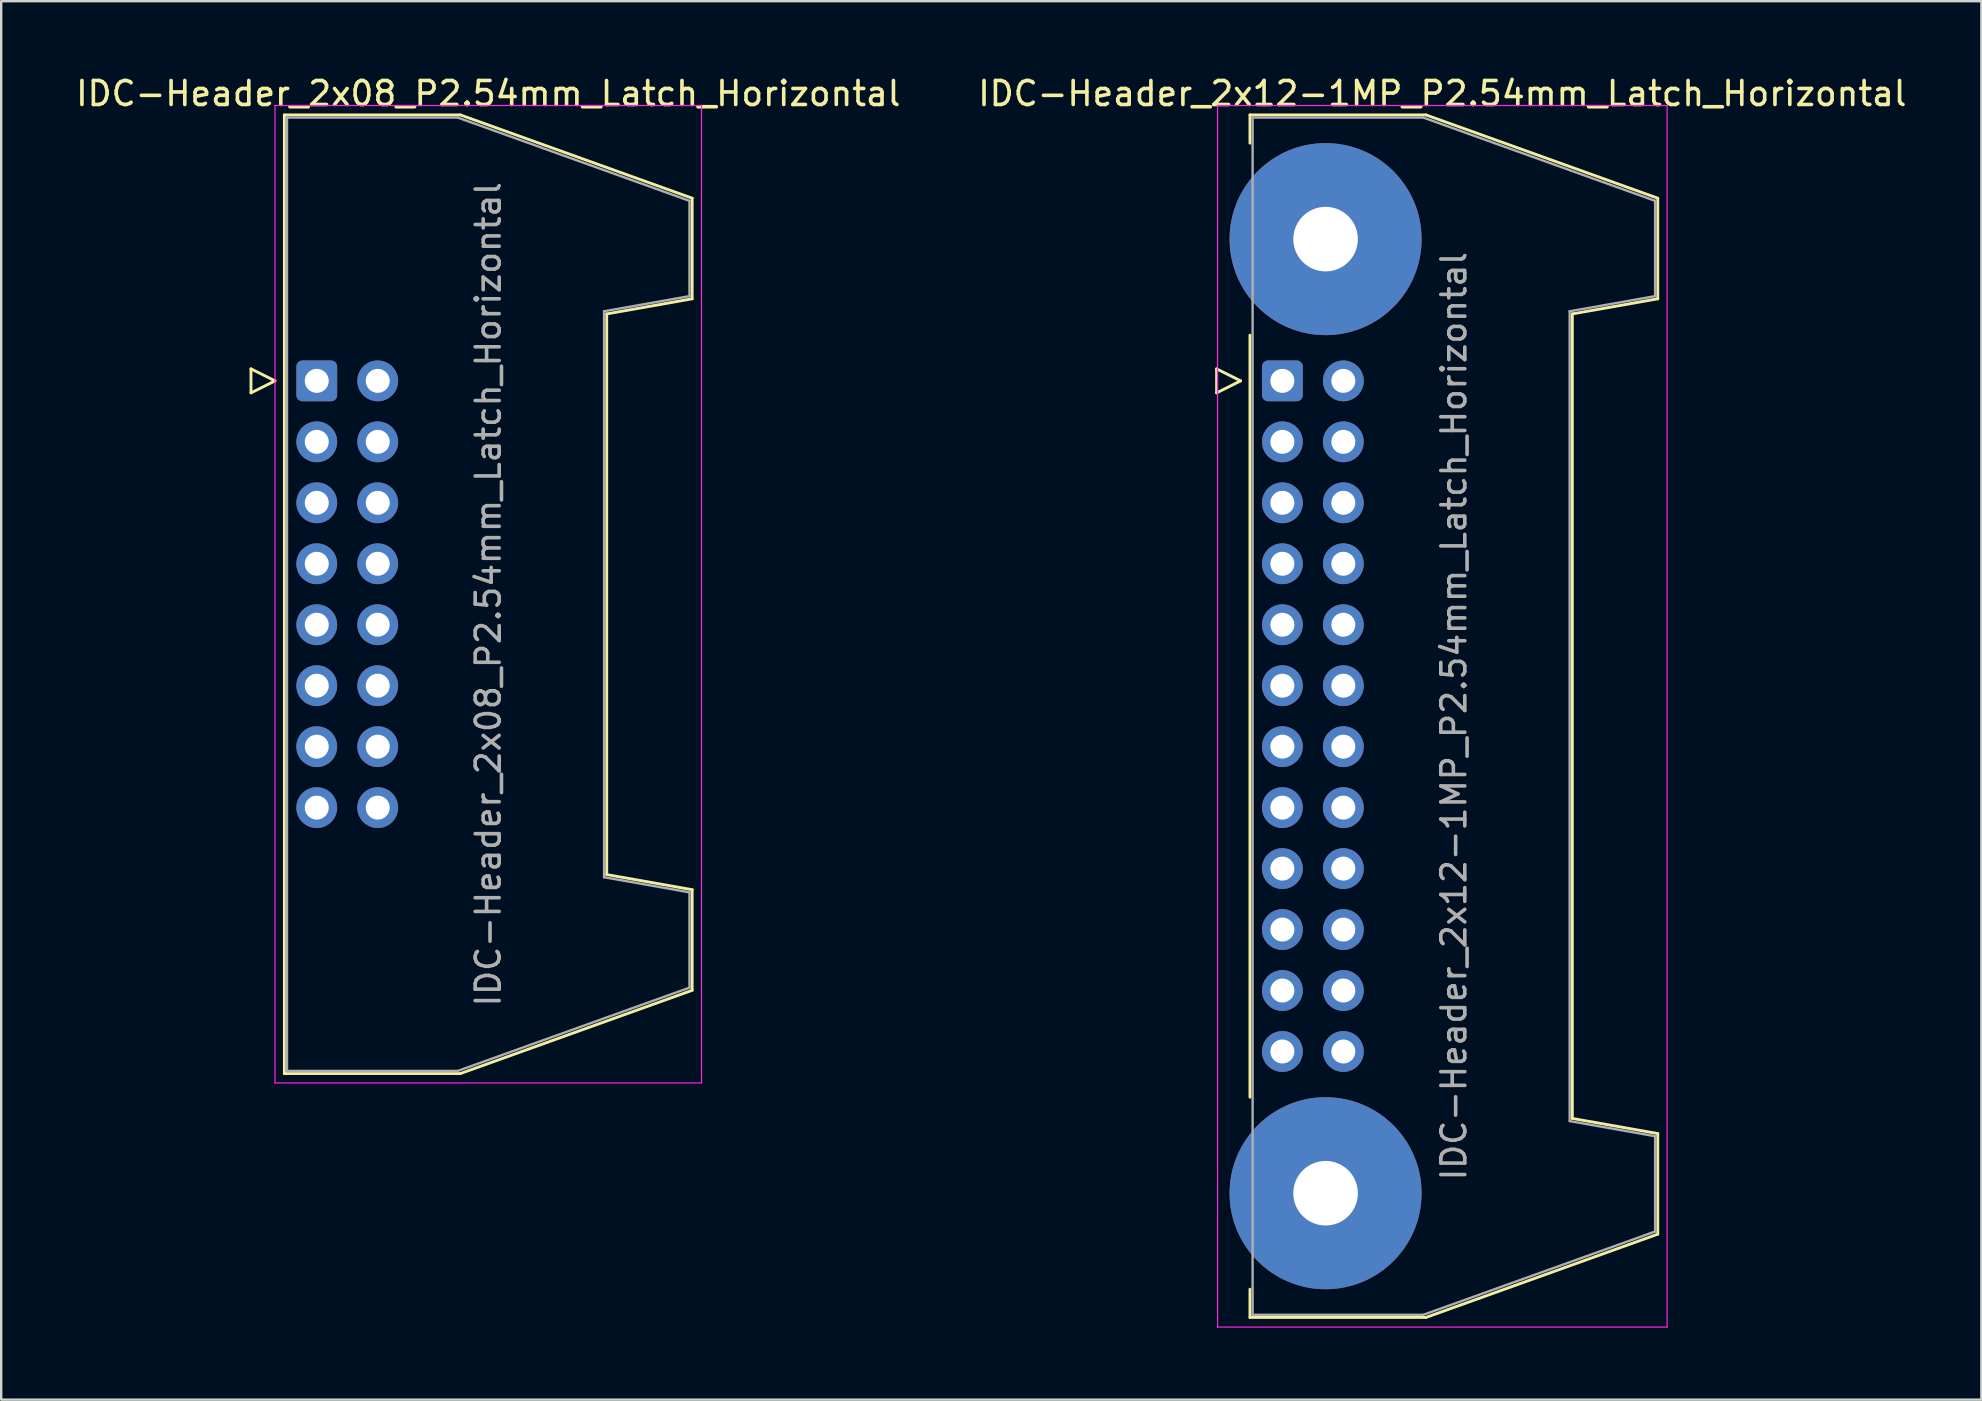
<source format=kicad_pcb>
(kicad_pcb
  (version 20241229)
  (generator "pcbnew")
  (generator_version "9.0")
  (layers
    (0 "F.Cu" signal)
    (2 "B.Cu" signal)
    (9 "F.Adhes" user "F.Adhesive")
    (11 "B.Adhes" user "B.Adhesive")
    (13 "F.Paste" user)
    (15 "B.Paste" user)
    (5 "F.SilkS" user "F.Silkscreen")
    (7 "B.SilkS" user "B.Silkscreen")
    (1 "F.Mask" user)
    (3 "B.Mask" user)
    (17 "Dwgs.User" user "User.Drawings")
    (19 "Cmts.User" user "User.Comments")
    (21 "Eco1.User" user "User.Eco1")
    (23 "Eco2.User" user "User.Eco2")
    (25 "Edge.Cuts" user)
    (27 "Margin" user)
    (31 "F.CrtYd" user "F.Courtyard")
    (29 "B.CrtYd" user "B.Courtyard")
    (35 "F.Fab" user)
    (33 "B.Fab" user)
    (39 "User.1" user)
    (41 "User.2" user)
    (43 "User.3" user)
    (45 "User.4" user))
  (footprint "IDC-Header_2x08_P2.54mm_Latch_Horizontal"
    (layer "F.Cu")
    (at 10.147 12.818)
    (property "Reference" "IDC-Header_2x08_P2.54mm_Latch_Horizontal" (at 7.145 -11.97 0) (layer "F.SilkS") (effects (font (size 1 1) (thickness 0.15))))
    (attr through_hole)
    (fp_line (start -2.74 -0.5) (end -2.74 0.5) (stroke (width 0.12) (type solid)) (layer "F.SilkS"))
    (fp_line (start -2.74 0.5) (end -1.74 0) (stroke (width 0.12) (type solid)) (layer "F.SilkS"))
    (fp_line (start -1.74 0) (end -2.74 -0.5) (stroke (width 0.12) (type solid)) (layer "F.SilkS"))
    (fp_line (start -1.35 -11.08) (end 5.98 -11.08) (stroke (width 0.12) (type solid)) (layer "F.SilkS"))
    (fp_line (start -1.35 28.86) (end -1.35 -11.08) (stroke (width 0.12) (type solid)) (layer "F.SilkS"))
    (fp_line (start 5.98 -11.08) (end 15.64 -7.61) (stroke (width 0.12) (type solid)) (layer "F.SilkS"))
    (fp_line (start 5.98 28.86) (end -1.35 28.86) (stroke (width 0.12) (type solid)) (layer "F.SilkS"))
    (fp_line (start 12.08 -2.79) (end 12.08 20.57) (stroke (width 0.12) (type solid)) (layer "F.SilkS"))
    (fp_line (start 12.08 20.57) (end 15.64 21.2) (stroke (width 0.12) (type solid)) (layer "F.SilkS"))
    (fp_line (start 15.64 -7.61) (end 15.64 -3.42) (stroke (width 0.12) (type solid)) (layer "F.SilkS"))
    (fp_line (start 15.64 -3.42) (end 12.08 -2.79) (stroke (width 0.12) (type solid)) (layer "F.SilkS"))
    (fp_line (start 15.64 21.2) (end 15.64 25.39) (stroke (width 0.12) (type solid)) (layer "F.SilkS"))
    (fp_line (start 15.64 25.39) (end 5.98 28.86) (stroke (width 0.12) (type solid)) (layer "F.SilkS"))
    (fp_line (start -1.74 -11.47) (end -1.74 29.25) (stroke (width 0.05) (type solid)) (layer "F.CrtYd"))
    (fp_line (start -1.74 29.25) (end 16.03 29.25) (stroke (width 0.05) (type solid)) (layer "F.CrtYd"))
    (fp_line (start 16.03 -11.47) (end -1.74 -11.47) (stroke (width 0.05) (type solid)) (layer "F.CrtYd"))
    (fp_line (start 16.03 29.25) (end 16.03 -11.47) (stroke (width 0.05) (type solid)) (layer "F.CrtYd"))
    (fp_line (start -1.24 -10.97) (end 5.87 -10.97) (stroke (width 0.1) (type solid)) (layer "F.Fab"))
    (fp_line (start -1.24 28.75) (end -1.24 -10.97) (stroke (width 0.1) (type solid)) (layer "F.Fab"))
    (fp_line (start 5.87 -10.97) (end 15.53 -7.5) (stroke (width 0.1) (type solid)) (layer "F.Fab"))
    (fp_line (start 5.87 28.75) (end -1.24 28.75) (stroke (width 0.1) (type solid)) (layer "F.Fab"))
    (fp_line (start 11.97 -2.9) (end 11.97 20.68) (stroke (width 0.1) (type solid)) (layer "F.Fab"))
    (fp_line (start 11.97 20.68) (end 15.53 21.31) (stroke (width 0.1) (type solid)) (layer "F.Fab"))
    (fp_line (start 15.53 -7.5) (end 15.53 -3.53) (stroke (width 0.1) (type solid)) (layer "F.Fab"))
    (fp_line (start 15.53 -3.53) (end 11.97 -2.9) (stroke (width 0.1) (type solid)) (layer "F.Fab"))
    (fp_line (start 15.53 21.31) (end 15.53 25.28) (stroke (width 0.1) (type solid)) (layer "F.Fab"))
    (fp_line (start 15.53 25.28) (end 5.87 28.75) (stroke (width 0.1) (type solid)) (layer "F.Fab"))
    (fp_text user "${REFERENCE}" (at 7.145 8.89 90) (layer "F.Fab") (effects (font (size 1 1) (thickness 0.15))))
    (pad "1" thru_hole roundrect (at 0 0) (size 1.7 1.7) (drill 1) (layers "*.Cu" "*.Mask") (roundrect_rratio 0.147))
    (pad "2" thru_hole circle (at 2.54 0) (size 1.7 1.7) (drill 1) (layers "*.Cu" "*.Mask"))
    (pad "3" thru_hole circle (at 0 2.54) (size 1.7 1.7) (drill 1) (layers "*.Cu" "*.Mask"))
    (pad "4" thru_hole circle (at 2.54 2.54) (size 1.7 1.7) (drill 1) (layers "*.Cu" "*.Mask"))
    (pad "5" thru_hole circle (at 0 5.08) (size 1.7 1.7) (drill 1) (layers "*.Cu" "*.Mask"))
    (pad "6" thru_hole circle (at 2.54 5.08) (size 1.7 1.7) (drill 1) (layers "*.Cu" "*.Mask"))
    (pad "7" thru_hole circle (at 0 7.62) (size 1.7 1.7) (drill 1) (layers "*.Cu" "*.Mask"))
    (pad "8" thru_hole circle (at 2.54 7.62) (size 1.7 1.7) (drill 1) (layers "*.Cu" "*.Mask"))
    (pad "9" thru_hole circle (at 0 10.16) (size 1.7 1.7) (drill 1) (layers "*.Cu" "*.Mask"))
    (pad "10" thru_hole circle (at 2.54 10.16) (size 1.7 1.7) (drill 1) (layers "*.Cu" "*.Mask"))
    (pad "11" thru_hole circle (at 0 12.7) (size 1.7 1.7) (drill 1) (layers "*.Cu" "*.Mask"))
    (pad "12" thru_hole circle (at 2.54 12.7) (size 1.7 1.7) (drill 1) (layers "*.Cu" "*.Mask"))
    (pad "13" thru_hole circle (at 0 15.24) (size 1.7 1.7) (drill 1) (layers "*.Cu" "*.Mask"))
    (pad "14" thru_hole circle (at 2.54 15.24) (size 1.7 1.7) (drill 1) (layers "*.Cu" "*.Mask"))
    (pad "15" thru_hole circle (at 0 17.78) (size 1.7 1.7) (drill 1) (layers "*.Cu" "*.Mask"))
    (pad "16" thru_hole circle (at 2.54 17.78) (size 1.7 1.7) (drill 1) (layers "*.Cu" "*.Mask")))
  (footprint "IDC-Header_2x12-1MP_P2.54mm_Latch_Horizontal"
    (layer "F.Cu")
    (at 50.377 12.818)
    (property "Reference" "IDC-Header_2x12-1MP_P2.54mm_Latch_Horizontal" (at 6.665 -11.97 0) (layer "F.SilkS") (effects (font (size 1 1) (thickness 0.15))))
    (attr through_hole)
    (fp_line (start -2.74 -0.5) (end -2.74 0.5) (stroke (width 0.12) (type solid)) (layer "F.SilkS"))
    (fp_line (start -2.74 0.5) (end -1.74 0) (stroke (width 0.12) (type solid)) (layer "F.SilkS"))
    (fp_line (start -1.74 0) (end -2.74 -0.5) (stroke (width 0.12) (type solid)) (layer "F.SilkS"))
    (fp_line (start -1.35 -11.08) (end -1.35 -9.905) (stroke (width 0.12) (type solid)) (layer "F.SilkS"))
    (fp_line (start -1.35 -11.08) (end 5.98 -11.08) (stroke (width 0.12) (type solid)) (layer "F.SilkS"))
    (fp_line (start -1.35 -1.905) (end -1.35 29.845) (stroke (width 0.12) (type solid)) (layer "F.SilkS"))
    (fp_line (start -1.35 37.845) (end -1.35 39.02) (stroke (width 0.12) (type solid)) (layer "F.SilkS"))
    (fp_line (start 5.98 -11.08) (end 15.64 -7.61) (stroke (width 0.12) (type solid)) (layer "F.SilkS"))
    (fp_line (start 5.98 39.02) (end -1.35 39.02) (stroke (width 0.12) (type solid)) (layer "F.SilkS"))
    (fp_line (start 12.08 -2.79) (end 12.08 30.73) (stroke (width 0.12) (type solid)) (layer "F.SilkS"))
    (fp_line (start 12.08 30.73) (end 15.64 31.36) (stroke (width 0.12) (type solid)) (layer "F.SilkS"))
    (fp_line (start 15.64 -7.61) (end 15.64 -3.42) (stroke (width 0.12) (type solid)) (layer "F.SilkS"))
    (fp_line (start 15.64 -3.42) (end 12.08 -2.79) (stroke (width 0.12) (type solid)) (layer "F.SilkS"))
    (fp_line (start 15.64 31.36) (end 15.64 35.55) (stroke (width 0.12) (type solid)) (layer "F.SilkS"))
    (fp_line (start 15.64 35.55) (end 5.98 39.02) (stroke (width 0.12) (type solid)) (layer "F.SilkS"))
    (fp_line (start -2.7 -11.47) (end -2.7 39.42) (stroke (width 0.05) (type solid)) (layer "F.CrtYd"))
    (fp_line (start -2.7 39.42) (end 16.03 39.42) (stroke (width 0.05) (type solid)) (layer "F.CrtYd"))
    (fp_line (start 16.03 -11.47) (end -2.7 -11.47) (stroke (width 0.05) (type solid)) (layer "F.CrtYd"))
    (fp_line (start 16.03 39.42) (end 16.03 -11.47) (stroke (width 0.05) (type solid)) (layer "F.CrtYd"))
    (fp_line (start -1.24 -10.97) (end 5.87 -10.97) (stroke (width 0.1) (type solid)) (layer "F.Fab"))
    (fp_line (start -1.24 38.91) (end -1.24 -10.97) (stroke (width 0.1) (type solid)) (layer "F.Fab"))
    (fp_line (start 5.87 -10.97) (end 15.53 -7.5) (stroke (width 0.1) (type solid)) (layer "F.Fab"))
    (fp_line (start 5.87 38.91) (end -1.24 38.91) (stroke (width 0.1) (type solid)) (layer "F.Fab"))
    (fp_line (start 11.97 -2.9) (end 11.97 30.84) (stroke (width 0.1) (type solid)) (layer "F.Fab"))
    (fp_line (start 11.97 30.84) (end 15.53 31.47) (stroke (width 0.1) (type solid)) (layer "F.Fab"))
    (fp_line (start 15.53 -7.5) (end 15.53 -3.53) (stroke (width 0.1) (type solid)) (layer "F.Fab"))
    (fp_line (start 15.53 -3.53) (end 11.97 -2.9) (stroke (width 0.1) (type solid)) (layer "F.Fab"))
    (fp_line (start 15.53 31.47) (end 15.53 35.44) (stroke (width 0.1) (type solid)) (layer "F.Fab"))
    (fp_line (start 15.53 35.44) (end 5.87 38.91) (stroke (width 0.1) (type solid)) (layer "F.Fab"))
    (fp_text user "${REFERENCE}" (at 7.145 13.97 90) (layer "F.Fab") (effects (font (size 1 1) (thickness 0.15))))
    (pad "1" thru_hole roundrect (at 0 0) (size 1.7 1.7) (drill 1) (layers "*.Cu" "*.Mask") (roundrect_rratio 0.147))
    (pad "2" thru_hole circle (at 2.54 0) (size 1.7 1.7) (drill 1) (layers "*.Cu" "*.Mask"))
    (pad "3" thru_hole circle (at 0 2.54) (size 1.7 1.7) (drill 1) (layers "*.Cu" "*.Mask"))
    (pad "4" thru_hole circle (at 2.54 2.54) (size 1.7 1.7) (drill 1) (layers "*.Cu" "*.Mask"))
    (pad "5" thru_hole circle (at 0 5.08) (size 1.7 1.7) (drill 1) (layers "*.Cu" "*.Mask"))
    (pad "6" thru_hole circle (at 2.54 5.08) (size 1.7 1.7) (drill 1) (layers "*.Cu" "*.Mask"))
    (pad "7" thru_hole circle (at 0 7.62) (size 1.7 1.7) (drill 1) (layers "*.Cu" "*.Mask"))
    (pad "8" thru_hole circle (at 2.54 7.62) (size 1.7 1.7) (drill 1) (layers "*.Cu" "*.Mask"))
    (pad "9" thru_hole circle (at 0 10.16) (size 1.7 1.7) (drill 1) (layers "*.Cu" "*.Mask"))
    (pad "10" thru_hole circle (at 2.54 10.16) (size 1.7 1.7) (drill 1) (layers "*.Cu" "*.Mask"))
    (pad "11" thru_hole circle (at 0 12.7) (size 1.7 1.7) (drill 1) (layers "*.Cu" "*.Mask"))
    (pad "12" thru_hole circle (at 2.54 12.7) (size 1.7 1.7) (drill 1) (layers "*.Cu" "*.Mask"))
    (pad "13" thru_hole circle (at 0 15.24) (size 1.7 1.7) (drill 1) (layers "*.Cu" "*.Mask"))
    (pad "14" thru_hole circle (at 2.54 15.24) (size 1.7 1.7) (drill 1) (layers "*.Cu" "*.Mask"))
    (pad "15" thru_hole circle (at 0 17.78) (size 1.7 1.7) (drill 1) (layers "*.Cu" "*.Mask"))
    (pad "16" thru_hole circle (at 2.54 17.78) (size 1.7 1.7) (drill 1) (layers "*.Cu" "*.Mask"))
    (pad "17" thru_hole circle (at 0 20.32) (size 1.7 1.7) (drill 1) (layers "*.Cu" "*.Mask"))
    (pad "18" thru_hole circle (at 2.54 20.32) (size 1.7 1.7) (drill 1) (layers "*.Cu" "*.Mask"))
    (pad "19" thru_hole circle (at 0 22.86) (size 1.7 1.7) (drill 1) (layers "*.Cu" "*.Mask"))
    (pad "20" thru_hole circle (at 2.54 22.86) (size 1.7 1.7) (drill 1) (layers "*.Cu" "*.Mask"))
    (pad "21" thru_hole circle (at 0 25.4) (size 1.7 1.7) (drill 1) (layers "*.Cu" "*.Mask"))
    (pad "22" thru_hole circle (at 2.54 25.4) (size 1.7 1.7) (drill 1) (layers "*.Cu" "*.Mask"))
    (pad "23" thru_hole circle (at 0 27.94) (size 1.7 1.7) (drill 1) (layers "*.Cu" "*.Mask"))
    (pad "24" thru_hole circle (at 2.54 27.94) (size 1.7 1.7) (drill 1) (layers "*.Cu" "*.Mask"))
    (pad "MP" thru_hole circle (at 1.8 -5.905) (size 8 8) (drill 2.69) (layers "*.Cu" "*.Mask"))
    (pad "MP" thru_hole circle (at 1.8 33.845) (size 8 8) (drill 2.69) (layers "*.Cu" "*.Mask")))
  (gr_rect
    (start -3 -3)
    (end 79.5 55.263)
    (stroke (width 0.1) (type default))
    (fill no)
    (layer "Edge.Cuts")))
</source>
